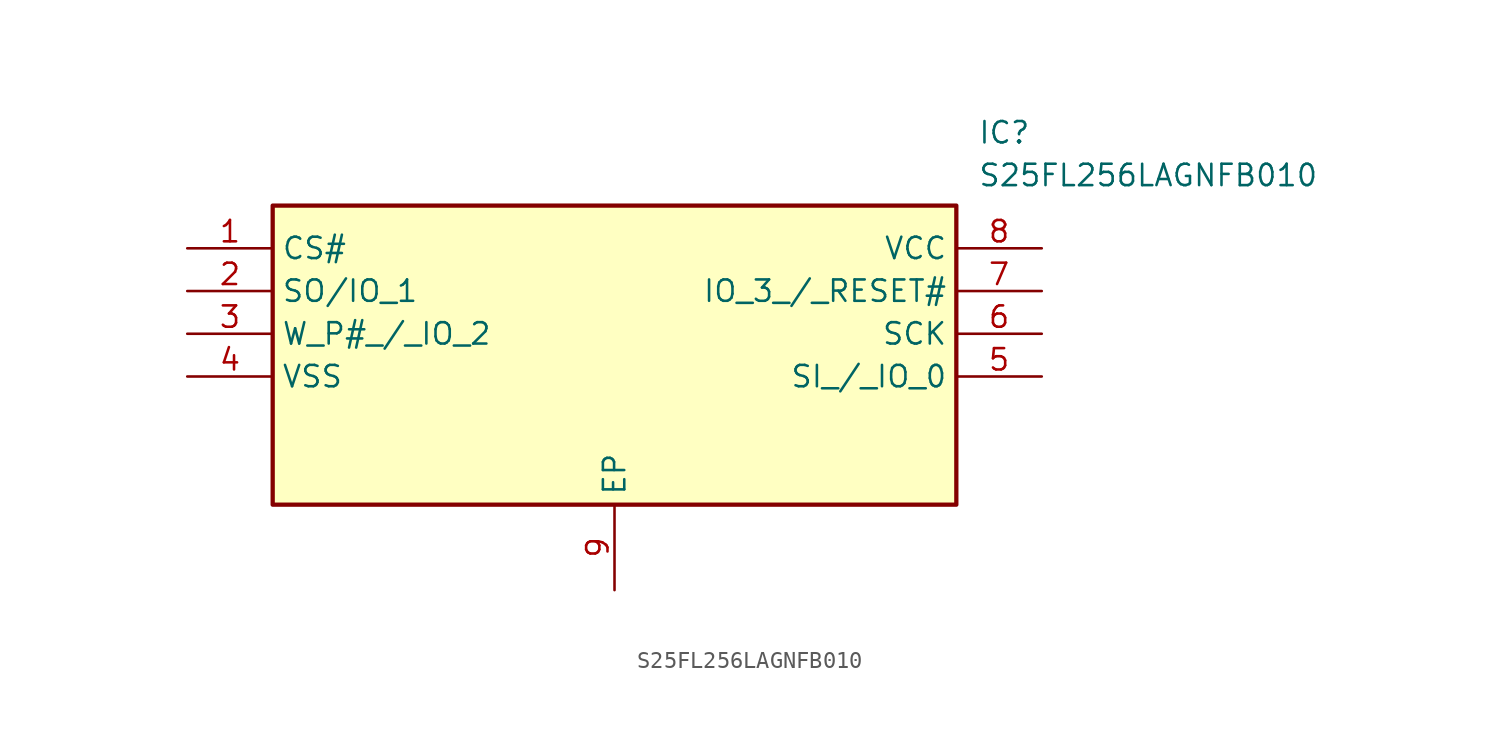
<source format=kicad_sym>
(kicad_symbol_lib
  (version 20211014)
  (generator SamacSys_ECAD_Model)
  (symbol "S25FL256LAGNFB010"
    (property "Reference" "IC"
      (at 46.99 7.62 0)
      (effects (font (size 1.27 1.27)) (justify left top)))
    (property "Value" "S25FL256LAGNFB010"
      (at 46.99 5.08 0)
      (effects (font (size 1.27 1.27)) (justify left top)))
    (rectangle
      (start 5.08 2.54)
      (end 45.72 -15.24)
      (stroke (width 0.254) (type default))
      (fill (type background)))
    (pin passive line
      (at 0 0 0)
      (length 5.08)
      (name "CS#" (effects (font (size 1.27 1.27))))
      (number "1" (effects (font (size 1.27 1.27)))))
    (pin passive line
      (at 0 -2.54 0)
      (length 5.08)
      (name "SO/IO_1" (effects (font (size 1.27 1.27))))
      (number "2" (effects (font (size 1.27 1.27)))))
    (pin passive line
      (at 0 -5.08 0)
      (length 5.08)
      (name "W_P#_/_IO_2" (effects (font (size 1.27 1.27))))
      (number "3" (effects (font (size 1.27 1.27)))))
    (pin passive line
      (at 0 -7.62 0)
      (length 5.08)
      (name "VSS" (effects (font (size 1.27 1.27))))
      (number "4" (effects (font (size 1.27 1.27)))))
    (pin passive line
      (at 25.4 -20.32 90)
      (length 5.08)
      (name "EP" (effects (font (size 1.27 1.27))))
      (number "9" (effects (font (size 1.27 1.27)))))
    (pin passive line
      (at 50.8 0 180)
      (length 5.08)
      (name "VCC" (effects (font (size 1.27 1.27))))
      (number "8" (effects (font (size 1.27 1.27)))))
    (pin passive line
      (at 50.8 -2.54 180)
      (length 5.08)
      (name "IO_3_/_RESET#" (effects (font (size 1.27 1.27))))
      (number "7" (effects (font (size 1.27 1.27)))))
    (pin passive line
      (at 50.8 -5.08 180)
      (length 5.08)
      (name "SCK" (effects (font (size 1.27 1.27))))
      (number "6" (effects (font (size 1.27 1.27)))))
    (pin passive line
      (at 50.8 -7.62 180)
      (length 5.08)
      (name "SI_/_IO_0" (effects (font (size 1.27 1.27))))
      (number "5" (effects (font (size 1.27 1.27)))))))
</source>
